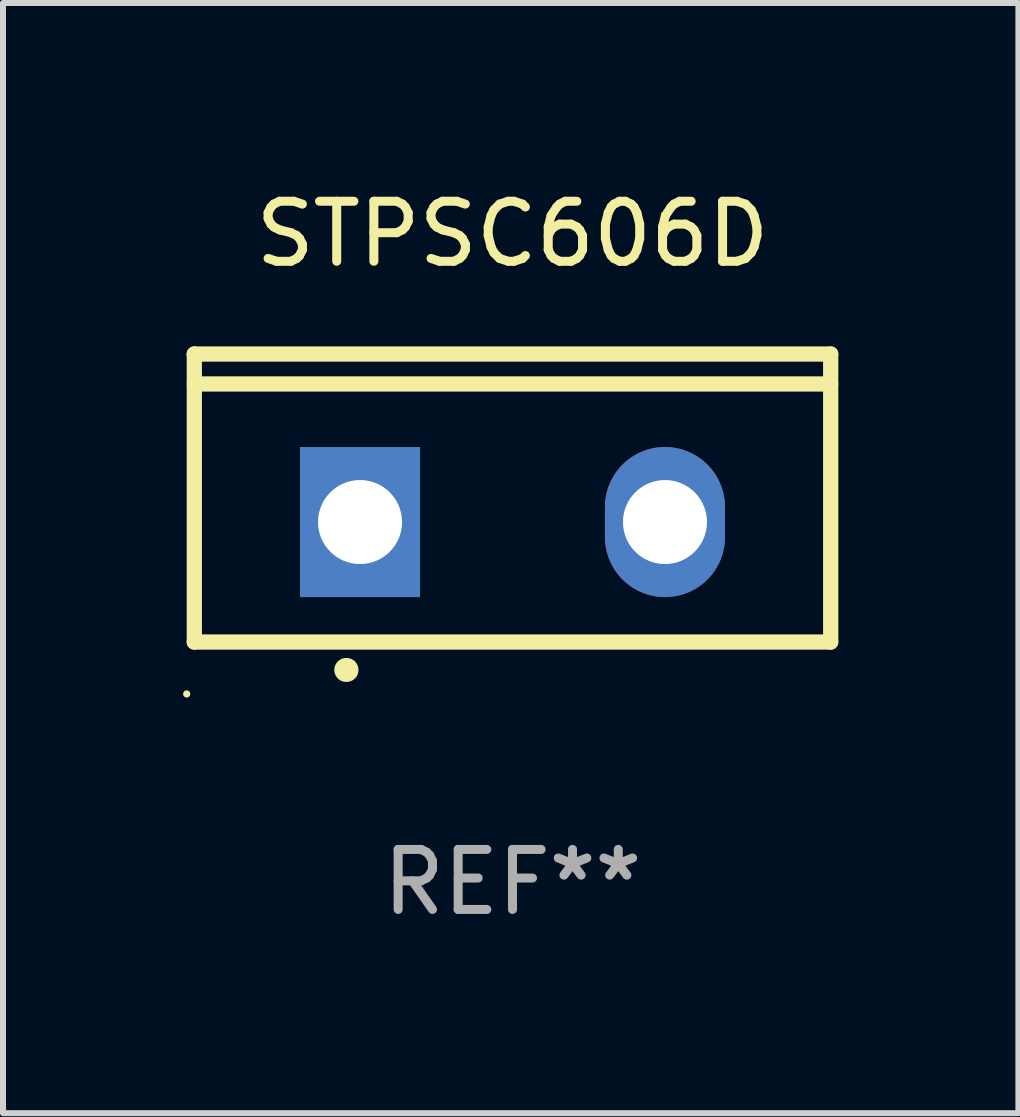
<source format=kicad_pcb>
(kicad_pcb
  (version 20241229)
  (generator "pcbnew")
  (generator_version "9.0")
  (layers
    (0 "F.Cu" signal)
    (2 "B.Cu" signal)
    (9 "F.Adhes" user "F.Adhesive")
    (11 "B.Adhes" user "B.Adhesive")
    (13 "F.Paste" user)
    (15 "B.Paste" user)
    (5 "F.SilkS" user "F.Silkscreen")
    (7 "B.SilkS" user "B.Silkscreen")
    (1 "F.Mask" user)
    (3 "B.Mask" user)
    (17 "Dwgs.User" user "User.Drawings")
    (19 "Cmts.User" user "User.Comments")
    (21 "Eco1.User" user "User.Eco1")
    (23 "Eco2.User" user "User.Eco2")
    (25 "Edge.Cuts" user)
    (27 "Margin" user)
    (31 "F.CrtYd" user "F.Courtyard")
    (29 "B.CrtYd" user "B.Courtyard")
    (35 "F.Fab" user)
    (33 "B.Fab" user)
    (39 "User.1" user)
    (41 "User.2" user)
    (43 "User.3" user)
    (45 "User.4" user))
  (footprint "STPSC606D"
    (layer "F.Cu")
    (at 5.488 5.247)
    (property "Reference" "STPSC606D" (at 0 -4.399 0) (layer "F.SilkS") (effects (font (size 1 1) (thickness 0.15))))
    (attr through_hole)
    (fp_line (start -5.301 -2.399) (end 5.301 -2.399) (stroke (width 0.254) (type solid)) (layer "F.SilkS"))
    (fp_line (start -5.301 -2.394) (end -5.301 -2.399) (stroke (width 0.254) (type solid)) (layer "F.SilkS"))
    (fp_line (start -5.301 2.399) (end -5.301 -2.394) (stroke (width 0.254) (type solid)) (layer "F.SilkS"))
    (fp_line (start 5.3 -1.9) (end -5.3 -1.9) (stroke (width 0.254) (type solid)) (layer "F.SilkS"))
    (fp_line (start 5.301 -2.399) (end 5.301 2.399) (stroke (width 0.254) (type solid)) (layer "F.SilkS"))
    (fp_line (start 5.301 2.399) (end -5.301 2.399) (stroke (width 0.254) (type solid)) (layer "F.SilkS"))
    (fp_arc (start -2.768606 2.863843) (mid -2.767336 2.863839) (end -2.766066 2.863843) (stroke (width 0.4) (type solid)) (layer "F.SilkS"))
    (fp_circle (center -5.428 3.264) (end -5.398 3.264) (stroke (width 0.06) (type solid)) (fill no) (layer "F.SilkS"))
    (fp_text user "REF**" (at 0 6.399 0) (layer "F.Fab") (effects (font (size 1 1) (thickness 0.15))))
    (pad "1" thru_hole rect (at -2.54 0.4) (size 2 2.5) (drill 1.4) (layers "*.Cu" "*.Mask"))
    (pad "2" thru_hole oval (at 2.54 0.4) (size 2 2.5) (drill 1.4) (layers "*.Cu" "*.Mask")))
  (gr_rect
    (start -3 -3)
    (end 13.916 15.495)
    (stroke (width 0.1) (type default))
    (fill no)
    (layer "Edge.Cuts")))
</source>
